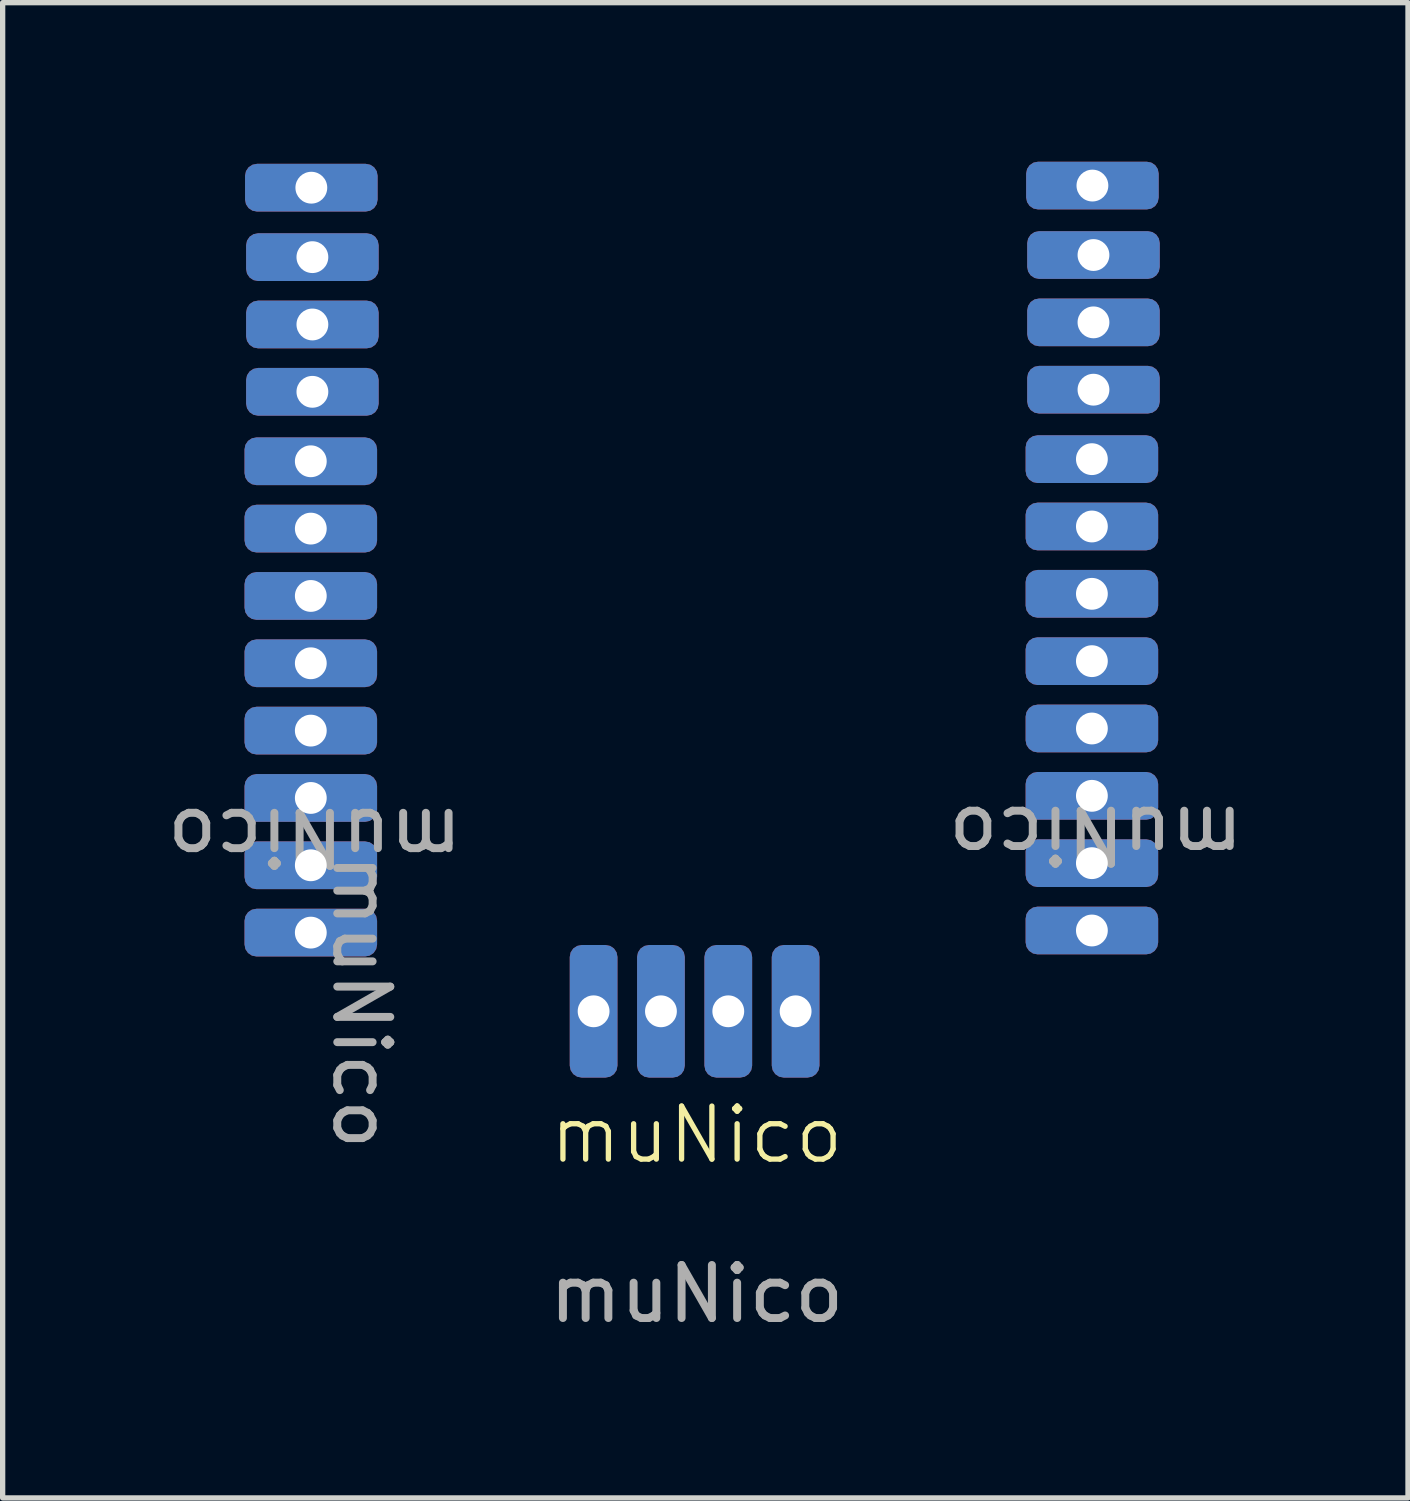
<source format=kicad_pcb>
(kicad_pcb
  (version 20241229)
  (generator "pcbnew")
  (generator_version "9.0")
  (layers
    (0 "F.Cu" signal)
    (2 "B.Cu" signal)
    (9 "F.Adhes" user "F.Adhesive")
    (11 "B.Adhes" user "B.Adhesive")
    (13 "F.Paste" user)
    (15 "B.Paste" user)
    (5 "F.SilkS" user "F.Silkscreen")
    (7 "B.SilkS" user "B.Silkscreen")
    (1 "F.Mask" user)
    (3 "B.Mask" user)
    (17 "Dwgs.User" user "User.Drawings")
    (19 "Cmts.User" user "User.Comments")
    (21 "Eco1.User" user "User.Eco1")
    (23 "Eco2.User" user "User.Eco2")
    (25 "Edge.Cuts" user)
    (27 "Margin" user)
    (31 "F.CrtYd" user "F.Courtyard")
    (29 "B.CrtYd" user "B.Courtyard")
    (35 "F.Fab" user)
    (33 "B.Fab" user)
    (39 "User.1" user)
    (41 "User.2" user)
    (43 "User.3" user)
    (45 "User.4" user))
  (footprint "muNico"
    (layer "F.Cu")
    (at 10.091 18.854)
    (property "Reference" "muNico" (at 0 -0.5 0) (unlocked yes) (layer "F.SilkS") (effects (font (size 1 1) (thickness 0.1))))
    (attr smd)
    (fp_text user "${REFERENCE}" (at 7.528 -6.159 180) (unlocked yes) (layer "F.Fab") (effects (font (size 1 1) (thickness 0.15))))
    (fp_text user "${REFERENCE}" (at -7.204 -6.119 180) (unlocked yes) (layer "F.Fab") (effects (font (size 1 1) (thickness 0.15))))
    (fp_text user "${REFERENCE}" (at 0 2.5 0) (unlocked yes) (layer "F.Fab") (effects (font (size 1 1) (thickness 0.15))))
    (fp_text user "${REFERENCE}" (at -6.325 -3.01 270) (unlocked yes) (layer "F.Fab") (effects (font (size 1 1) (thickness 0.15))))
    (pad "1" thru_hole roundrect (at -7.269 -18.364) (size 2.5 0.9) (drill 0.6) (layers "*.Cu" "*.Mask") (roundrect_rratio 0.25))
    (pad "1" thru_hole roundrect (at -1.945 -2.83 90) (size 2.5 0.9) (drill 0.6) (layers "*.Cu" "*.Mask") (roundrect_rratio 0.25))
    (pad "1" thru_hole roundrect (at 7.463 -18.404) (size 2.5 0.9) (drill 0.6) (layers "*.Cu" "*.Mask") (roundrect_rratio 0.25))
    (pad "2" thru_hole roundrect (at -7.249 -17.054) (size 2.5 0.9) (drill 0.6) (layers "*.Cu" "*.Mask") (roundrect_rratio 0.25))
    (pad "2" thru_hole roundrect (at -0.675 -2.83 90) (size 2.5 0.9) (drill 0.6) (layers "*.Cu" "*.Mask") (roundrect_rratio 0.25))
    (pad "2" thru_hole roundrect (at 7.483 -17.094) (size 2.5 0.9) (drill 0.6) (layers "*.Cu" "*.Mask") (roundrect_rratio 0.25))
    (pad "3" thru_hole roundrect (at -7.249 -15.784) (size 2.5 0.9) (drill 0.6) (layers "*.Cu" "*.Mask") (roundrect_rratio 0.25))
    (pad "3" thru_hole roundrect (at 0.595 -2.83 90) (size 2.5 0.9) (drill 0.6) (layers "*.Cu" "*.Mask") (roundrect_rratio 0.25))
    (pad "3" thru_hole roundrect (at 7.483 -15.824) (size 2.5 0.9) (drill 0.6) (layers "*.Cu" "*.Mask") (roundrect_rratio 0.25))
    (pad "4" thru_hole roundrect (at -7.249 -14.514) (size 2.5 0.9) (drill 0.6) (layers "*.Cu" "*.Mask") (roundrect_rratio 0.25))
    (pad "4" thru_hole roundrect (at 1.865 -2.83 90) (size 2.5 0.9) (drill 0.6) (layers "*.Cu" "*.Mask") (roundrect_rratio 0.25))
    (pad "4" thru_hole roundrect (at 7.483 -14.554) (size 2.5 0.9) (drill 0.6) (layers "*.Cu" "*.Mask") (roundrect_rratio 0.25))
    (pad "5" thru_hole roundrect (at -7.279 -13.204) (size 2.5 0.9) (drill 0.6) (layers "*.Cu" "*.Mask") (roundrect_rratio 0.25))
    (pad "5" thru_hole roundrect (at 7.453 -13.244) (size 2.5 0.9) (drill 0.6) (layers "*.Cu" "*.Mask") (roundrect_rratio 0.25))
    (pad "6" thru_hole roundrect (at -7.279 -11.934) (size 2.5 0.9) (drill 0.6) (layers "*.Cu" "*.Mask") (roundrect_rratio 0.25))
    (pad "6" thru_hole roundrect (at 7.453 -11.974) (size 2.5 0.9) (drill 0.6) (layers "*.Cu" "*.Mask") (roundrect_rratio 0.25))
    (pad "7" thru_hole roundrect (at -7.279 -10.664) (size 2.5 0.9) (drill 0.6) (layers "*.Cu" "*.Mask") (roundrect_rratio 0.25))
    (pad "7" thru_hole roundrect (at 7.453 -10.704) (size 2.5 0.9) (drill 0.6) (layers "*.Cu" "*.Mask") (roundrect_rratio 0.25))
    (pad "8" thru_hole roundrect (at -7.279 -9.394) (size 2.5 0.9) (drill 0.6) (layers "*.Cu" "*.Mask") (roundrect_rratio 0.25))
    (pad "8" thru_hole roundrect (at 7.453 -9.434) (size 2.5 0.9) (drill 0.6) (layers "*.Cu" "*.Mask") (roundrect_rratio 0.25))
    (pad "9" thru_hole roundrect (at -7.279 -8.124) (size 2.5 0.9) (drill 0.6) (layers "*.Cu" "*.Mask") (roundrect_rratio 0.25))
    (pad "9" thru_hole roundrect (at 7.453 -8.164) (size 2.5 0.9) (drill 0.6) (layers "*.Cu" "*.Mask") (roundrect_rratio 0.25))
    (pad "10" thru_hole roundrect (at -7.279 -6.854) (size 2.5 0.9) (drill 0.6) (layers "*.Cu" "*.Mask") (roundrect_rratio 0.25))
    (pad "10" thru_hole roundrect (at 7.453 -6.894) (size 2.5 0.9) (drill 0.6) (layers "*.Cu" "*.Mask") (roundrect_rratio 0.25))
    (pad "11" thru_hole roundrect (at -7.279 -5.584) (size 2.5 0.9) (drill 0.6) (layers "*.Cu" "*.Mask") (roundrect_rratio 0.25))
    (pad "11" thru_hole roundrect (at 7.453 -5.624) (size 2.5 0.9) (drill 0.6) (layers "*.Cu" "*.Mask") (roundrect_rratio 0.25))
    (pad "12" thru_hole roundrect (at -7.279 -4.314) (size 2.5 0.9) (drill 0.6) (layers "*.Cu" "*.Mask") (roundrect_rratio 0.25))
    (pad "12" thru_hole roundrect (at 7.453 -4.354) (size 2.5 0.9) (drill 0.6) (layers "*.Cu" "*.Mask") (roundrect_rratio 0.25)))
  (gr_rect
    (start -3 -3)
    (end 23.506 25.202)
    (stroke (width 0.1) (type default))
    (fill no)
    (layer "Edge.Cuts")))
</source>
